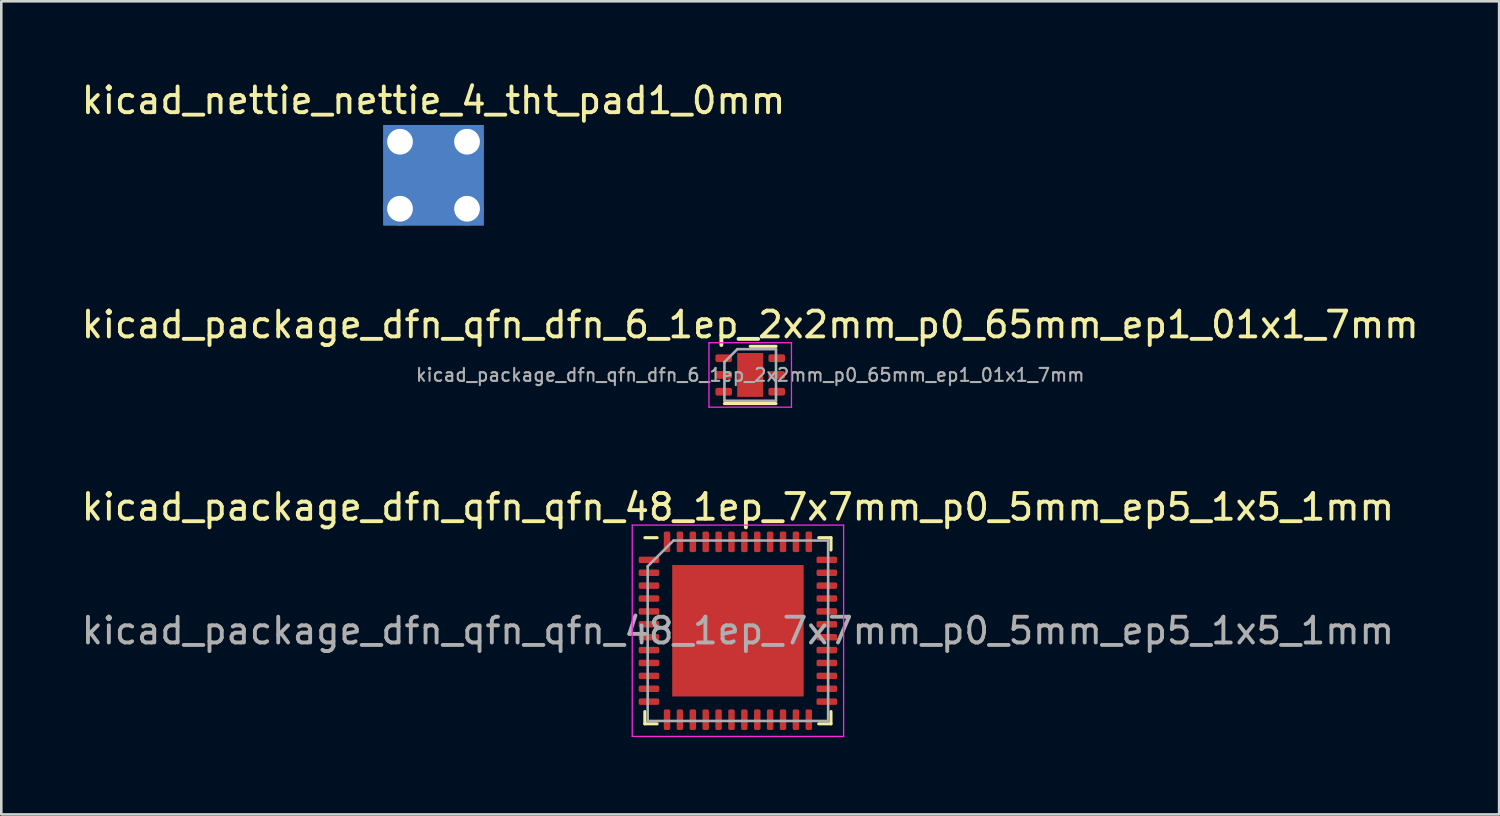
<source format=kicad_pcb>
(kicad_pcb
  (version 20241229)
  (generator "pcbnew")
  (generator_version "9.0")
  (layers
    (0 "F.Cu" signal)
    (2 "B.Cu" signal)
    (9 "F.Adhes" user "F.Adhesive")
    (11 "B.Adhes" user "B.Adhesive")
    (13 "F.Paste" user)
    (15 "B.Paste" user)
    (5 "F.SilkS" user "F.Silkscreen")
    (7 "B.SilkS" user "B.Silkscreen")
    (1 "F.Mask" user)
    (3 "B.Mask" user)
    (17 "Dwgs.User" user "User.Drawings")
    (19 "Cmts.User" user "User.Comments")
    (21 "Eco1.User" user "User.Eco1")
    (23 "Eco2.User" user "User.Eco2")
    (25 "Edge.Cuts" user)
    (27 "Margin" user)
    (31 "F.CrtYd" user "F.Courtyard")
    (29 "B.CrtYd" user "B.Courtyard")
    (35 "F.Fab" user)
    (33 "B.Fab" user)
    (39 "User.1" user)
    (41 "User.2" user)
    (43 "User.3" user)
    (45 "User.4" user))
  (footprint "kicad_nettie_nettie_4_tht_pad1_0mm"
    (layer "F.Cu")
    (at 12.468 2.448)
    (property "Reference" "kicad_nettie_nettie_4_tht_pad1_0mm" (at 1.3 -1.6 0) (layer "F.SilkS") (effects (font (size 1 1) (thickness 0.15))))
    (attr exclude_from_pos_files exclude_from_bom allow_missing_courtyard)
    (fp_poly (pts (xy -0.65 -0.65) (xy 3.25 -0.65) (xy 3.25 3.25) (xy -0.65 3.25)) (stroke (width 0) (type solid)) (fill yes) (layer "F.Cu"))
    (fp_poly (pts (xy -0.65 -0.65) (xy 3.25 -0.65) (xy 3.25 3.25) (xy -0.65 3.25)) (stroke (width 0) (type solid)) (fill yes) (layer "B.Cu"))
    (pad "1" thru_hole circle (at 0 0) (size 1.3 1.3) (drill 1) (layers "*.Cu"))
    (pad "2" thru_hole circle (at 2.6 0) (size 1.3 1.3) (drill 1) (layers "*.Cu"))
    (pad "3" thru_hole circle (at 0 2.6) (size 1.3 1.3) (drill 1) (layers "*.Cu"))
    (pad "4" thru_hole circle (at 2.6 2.6) (size 1.3 1.3) (drill 1) (layers "*.Cu")))
  (footprint "kicad_package_dfn_qfn_dfn_6_1ep_2x2mm_p0_65mm_ep1_01x1_7mm"
    (layer "F.Cu")
    (at 26.054 11.496)
    (property "Reference" "kicad_package_dfn_qfn_dfn_6_1ep_2x2mm_p0_65mm_ep1_01x1_7mm" (at 0 -1.95 0) (layer "F.SilkS") (effects (font (size 1 1) (thickness 0.15))))
    (attr smd)
    (fp_line (start -1 1.11) (end 1 1.11) (stroke (width 0.12) (type solid)) (layer "F.SilkS"))
    (fp_line (start 0 -1.11) (end 1 -1.11) (stroke (width 0.12) (type solid)) (layer "F.SilkS"))
    (fp_line (start -1.6 -1.25) (end -1.6 1.25) (stroke (width 0.05) (type solid)) (layer "F.CrtYd"))
    (fp_line (start -1.6 1.25) (end 1.6 1.25) (stroke (width 0.05) (type solid)) (layer "F.CrtYd"))
    (fp_line (start 1.6 -1.25) (end -1.6 -1.25) (stroke (width 0.05) (type solid)) (layer "F.CrtYd"))
    (fp_line (start 1.6 1.25) (end 1.6 -1.25) (stroke (width 0.05) (type solid)) (layer "F.CrtYd"))
    (fp_line (start -1 -0.5) (end -0.5 -1) (stroke (width 0.1) (type solid)) (layer "F.Fab"))
    (fp_line (start -1 1) (end -1 -0.5) (stroke (width 0.1) (type solid)) (layer "F.Fab"))
    (fp_line (start -0.5 -1) (end 1 -1) (stroke (width 0.1) (type solid)) (layer "F.Fab"))
    (fp_line (start 1 -1) (end 1 1) (stroke (width 0.1) (type solid)) (layer "F.Fab"))
    (fp_line (start 1 1) (end -1 1) (stroke (width 0.1) (type solid)) (layer "F.Fab"))
    (fp_text user "${REFERENCE}" (at 0 0 0) (layer "F.Fab") (effects (font (size 0.5 0.5) (thickness 0.08))))
    (pad "" smd roundrect (at 0 -0.425) (size 0.81 0.69) (layers "F.Paste") (roundrect_rratio 0.25))
    (pad "" smd roundrect (at 0 0.425) (size 0.81 0.69) (layers "F.Paste") (roundrect_rratio 0.25))
    (pad "1" smd roundrect (at -1.028 -0.65) (size 0.645 0.3) (layers "F.Cu" "F.Mask" "F.Paste") (roundrect_rratio 0.25))
    (pad "2" smd roundrect (at -1.028 0) (size 0.645 0.3) (layers "F.Cu" "F.Mask" "F.Paste") (roundrect_rratio 0.25))
    (pad "3" smd roundrect (at -1.028 0.65) (size 0.645 0.3) (layers "F.Cu" "F.Mask" "F.Paste") (roundrect_rratio 0.25))
    (pad "4" smd roundrect (at 1.028 0.65) (size 0.645 0.3) (layers "F.Cu" "F.Mask" "F.Paste") (roundrect_rratio 0.25))
    (pad "5" smd roundrect (at 1.028 0) (size 0.645 0.3) (layers "F.Cu" "F.Mask" "F.Paste") (roundrect_rratio 0.25))
    (pad "6" smd roundrect (at 1.028 -0.65) (size 0.645 0.3) (layers "F.Cu" "F.Mask" "F.Paste") (roundrect_rratio 0.25))
    (pad "7" smd rect (at 0 0) (size 1.01 1.7) (layers "F.Cu" "F.Mask")))
  (footprint "kicad_package_dfn_qfn_qfn_48_1ep_7x7mm_p0_5mm_ep5_1x5_1mm"
    (layer "F.Cu")
    (at 25.577 21.42)
    (property "Reference" "kicad_package_dfn_qfn_qfn_48_1ep_7x7mm_p0_5mm_ep5_1x5_1mm" (at 0 -4.8 0) (layer "F.SilkS") (effects (font (size 1 1) (thickness 0.15))))
    (attr smd)
    (fp_line (start -3.61 3.61) (end -3.61 3.135) (stroke (width 0.12) (type solid)) (layer "F.SilkS"))
    (fp_line (start -3.135 -3.61) (end -3.61 -3.61) (stroke (width 0.12) (type solid)) (layer "F.SilkS"))
    (fp_line (start -3.135 3.61) (end -3.61 3.61) (stroke (width 0.12) (type solid)) (layer "F.SilkS"))
    (fp_line (start 3.135 -3.61) (end 3.61 -3.61) (stroke (width 0.12) (type solid)) (layer "F.SilkS"))
    (fp_line (start 3.135 3.61) (end 3.61 3.61) (stroke (width 0.12) (type solid)) (layer "F.SilkS"))
    (fp_line (start 3.61 -3.61) (end 3.61 -3.135) (stroke (width 0.12) (type solid)) (layer "F.SilkS"))
    (fp_line (start 3.61 3.61) (end 3.61 3.135) (stroke (width 0.12) (type solid)) (layer "F.SilkS"))
    (fp_line (start -4.1 -4.1) (end -4.1 4.1) (stroke (width 0.05) (type solid)) (layer "F.CrtYd"))
    (fp_line (start -4.1 4.1) (end 4.1 4.1) (stroke (width 0.05) (type solid)) (layer "F.CrtYd"))
    (fp_line (start 4.1 -4.1) (end -4.1 -4.1) (stroke (width 0.05) (type solid)) (layer "F.CrtYd"))
    (fp_line (start 4.1 4.1) (end 4.1 -4.1) (stroke (width 0.05) (type solid)) (layer "F.CrtYd"))
    (fp_line (start -3.5 -2.5) (end -2.5 -3.5) (stroke (width 0.1) (type solid)) (layer "F.Fab"))
    (fp_line (start -3.5 3.5) (end -3.5 -2.5) (stroke (width 0.1) (type solid)) (layer "F.Fab"))
    (fp_line (start -2.5 -3.5) (end 3.5 -3.5) (stroke (width 0.1) (type solid)) (layer "F.Fab"))
    (fp_line (start 3.5 -3.5) (end 3.5 3.5) (stroke (width 0.1) (type solid)) (layer "F.Fab"))
    (fp_line (start 3.5 3.5) (end -3.5 3.5) (stroke (width 0.1) (type solid)) (layer "F.Fab"))
    (fp_text user "${REFERENCE}" (at 0 0 0) (layer "F.Fab") (effects (font (size 1 1) (thickness 0.15))))
    (pad "" smd roundrect (at -1.905 -1.905) (size 1.03 1.03) (layers "F.Paste") (roundrect_rratio 0.243))
    (pad "" smd roundrect (at -1.905 -0.635) (size 1.03 1.03) (layers "F.Paste") (roundrect_rratio 0.243))
    (pad "" smd roundrect (at -1.905 0.635) (size 1.03 1.03) (layers "F.Paste") (roundrect_rratio 0.243))
    (pad "" smd roundrect (at -1.905 1.905) (size 1.03 1.03) (layers "F.Paste") (roundrect_rratio 0.243))
    (pad "" smd roundrect (at -0.635 -1.905) (size 1.03 1.03) (layers "F.Paste") (roundrect_rratio 0.243))
    (pad "" smd roundrect (at -0.635 -0.635) (size 1.03 1.03) (layers "F.Paste") (roundrect_rratio 0.243))
    (pad "" smd roundrect (at -0.635 0.635) (size 1.03 1.03) (layers "F.Paste") (roundrect_rratio 0.243))
    (pad "" smd roundrect (at -0.635 1.905) (size 1.03 1.03) (layers "F.Paste") (roundrect_rratio 0.243))
    (pad "" smd roundrect (at 0.635 -1.905) (size 1.03 1.03) (layers "F.Paste") (roundrect_rratio 0.243))
    (pad "" smd roundrect (at 0.635 -0.635) (size 1.03 1.03) (layers "F.Paste") (roundrect_rratio 0.243))
    (pad "" smd roundrect (at 0.635 0.635) (size 1.03 1.03) (layers "F.Paste") (roundrect_rratio 0.243))
    (pad "" smd roundrect (at 0.635 1.905) (size 1.03 1.03) (layers "F.Paste") (roundrect_rratio 0.243))
    (pad "" smd roundrect (at 1.905 -1.905) (size 1.03 1.03) (layers "F.Paste") (roundrect_rratio 0.243))
    (pad "" smd roundrect (at 1.905 -0.635) (size 1.03 1.03) (layers "F.Paste") (roundrect_rratio 0.243))
    (pad "" smd roundrect (at 1.905 0.635) (size 1.03 1.03) (layers "F.Paste") (roundrect_rratio 0.243))
    (pad "" smd roundrect (at 1.905 1.905) (size 1.03 1.03) (layers "F.Paste") (roundrect_rratio 0.243))
    (pad "1" smd roundrect (at -3.45 -2.75) (size 0.8 0.25) (layers "F.Cu" "F.Mask" "F.Paste") (roundrect_rratio 0.25))
    (pad "2" smd roundrect (at -3.45 -2.25) (size 0.8 0.25) (layers "F.Cu" "F.Mask" "F.Paste") (roundrect_rratio 0.25))
    (pad "3" smd roundrect (at -3.45 -1.75) (size 0.8 0.25) (layers "F.Cu" "F.Mask" "F.Paste") (roundrect_rratio 0.25))
    (pad "4" smd roundrect (at -3.45 -1.25) (size 0.8 0.25) (layers "F.Cu" "F.Mask" "F.Paste") (roundrect_rratio 0.25))
    (pad "5" smd roundrect (at -3.45 -0.75) (size 0.8 0.25) (layers "F.Cu" "F.Mask" "F.Paste") (roundrect_rratio 0.25))
    (pad "6" smd roundrect (at -3.45 -0.25) (size 0.8 0.25) (layers "F.Cu" "F.Mask" "F.Paste") (roundrect_rratio 0.25))
    (pad "7" smd roundrect (at -3.45 0.25) (size 0.8 0.25) (layers "F.Cu" "F.Mask" "F.Paste") (roundrect_rratio 0.25))
    (pad "8" smd roundrect (at -3.45 0.75) (size 0.8 0.25) (layers "F.Cu" "F.Mask" "F.Paste") (roundrect_rratio 0.25))
    (pad "9" smd roundrect (at -3.45 1.25) (size 0.8 0.25) (layers "F.Cu" "F.Mask" "F.Paste") (roundrect_rratio 0.25))
    (pad "10" smd roundrect (at -3.45 1.75) (size 0.8 0.25) (layers "F.Cu" "F.Mask" "F.Paste") (roundrect_rratio 0.25))
    (pad "11" smd roundrect (at -3.45 2.25) (size 0.8 0.25) (layers "F.Cu" "F.Mask" "F.Paste") (roundrect_rratio 0.25))
    (pad "12" smd roundrect (at -3.45 2.75) (size 0.8 0.25) (layers "F.Cu" "F.Mask" "F.Paste") (roundrect_rratio 0.25))
    (pad "13" smd roundrect (at -2.75 3.45) (size 0.25 0.8) (layers "F.Cu" "F.Mask" "F.Paste") (roundrect_rratio 0.25))
    (pad "14" smd roundrect (at -2.25 3.45) (size 0.25 0.8) (layers "F.Cu" "F.Mask" "F.Paste") (roundrect_rratio 0.25))
    (pad "15" smd roundrect (at -1.75 3.45) (size 0.25 0.8) (layers "F.Cu" "F.Mask" "F.Paste") (roundrect_rratio 0.25))
    (pad "16" smd roundrect (at -1.25 3.45) (size 0.25 0.8) (layers "F.Cu" "F.Mask" "F.Paste") (roundrect_rratio 0.25))
    (pad "17" smd roundrect (at -0.75 3.45) (size 0.25 0.8) (layers "F.Cu" "F.Mask" "F.Paste") (roundrect_rratio 0.25))
    (pad "18" smd roundrect (at -0.25 3.45) (size 0.25 0.8) (layers "F.Cu" "F.Mask" "F.Paste") (roundrect_rratio 0.25))
    (pad "19" smd roundrect (at 0.25 3.45) (size 0.25 0.8) (layers "F.Cu" "F.Mask" "F.Paste") (roundrect_rratio 0.25))
    (pad "20" smd roundrect (at 0.75 3.45) (size 0.25 0.8) (layers "F.Cu" "F.Mask" "F.Paste") (roundrect_rratio 0.25))
    (pad "21" smd roundrect (at 1.25 3.45) (size 0.25 0.8) (layers "F.Cu" "F.Mask" "F.Paste") (roundrect_rratio 0.25))
    (pad "22" smd roundrect (at 1.75 3.45) (size 0.25 0.8) (layers "F.Cu" "F.Mask" "F.Paste") (roundrect_rratio 0.25))
    (pad "23" smd roundrect (at 2.25 3.45) (size 0.25 0.8) (layers "F.Cu" "F.Mask" "F.Paste") (roundrect_rratio 0.25))
    (pad "24" smd roundrect (at 2.75 3.45) (size 0.25 0.8) (layers "F.Cu" "F.Mask" "F.Paste") (roundrect_rratio 0.25))
    (pad "25" smd roundrect (at 3.45 2.75) (size 0.8 0.25) (layers "F.Cu" "F.Mask" "F.Paste") (roundrect_rratio 0.25))
    (pad "26" smd roundrect (at 3.45 2.25) (size 0.8 0.25) (layers "F.Cu" "F.Mask" "F.Paste") (roundrect_rratio 0.25))
    (pad "27" smd roundrect (at 3.45 1.75) (size 0.8 0.25) (layers "F.Cu" "F.Mask" "F.Paste") (roundrect_rratio 0.25))
    (pad "28" smd roundrect (at 3.45 1.25) (size 0.8 0.25) (layers "F.Cu" "F.Mask" "F.Paste") (roundrect_rratio 0.25))
    (pad "29" smd roundrect (at 3.45 0.75) (size 0.8 0.25) (layers "F.Cu" "F.Mask" "F.Paste") (roundrect_rratio 0.25))
    (pad "30" smd roundrect (at 3.45 0.25) (size 0.8 0.25) (layers "F.Cu" "F.Mask" "F.Paste") (roundrect_rratio 0.25))
    (pad "31" smd roundrect (at 3.45 -0.25) (size 0.8 0.25) (layers "F.Cu" "F.Mask" "F.Paste") (roundrect_rratio 0.25))
    (pad "32" smd roundrect (at 3.45 -0.75) (size 0.8 0.25) (layers "F.Cu" "F.Mask" "F.Paste") (roundrect_rratio 0.25))
    (pad "33" smd roundrect (at 3.45 -1.25) (size 0.8 0.25) (layers "F.Cu" "F.Mask" "F.Paste") (roundrect_rratio 0.25))
    (pad "34" smd roundrect (at 3.45 -1.75) (size 0.8 0.25) (layers "F.Cu" "F.Mask" "F.Paste") (roundrect_rratio 0.25))
    (pad "35" smd roundrect (at 3.45 -2.25) (size 0.8 0.25) (layers "F.Cu" "F.Mask" "F.Paste") (roundrect_rratio 0.25))
    (pad "36" smd roundrect (at 3.45 -2.75) (size 0.8 0.25) (layers "F.Cu" "F.Mask" "F.Paste") (roundrect_rratio 0.25))
    (pad "37" smd roundrect (at 2.75 -3.45) (size 0.25 0.8) (layers "F.Cu" "F.Mask" "F.Paste") (roundrect_rratio 0.25))
    (pad "38" smd roundrect (at 2.25 -3.45) (size 0.25 0.8) (layers "F.Cu" "F.Mask" "F.Paste") (roundrect_rratio 0.25))
    (pad "39" smd roundrect (at 1.75 -3.45) (size 0.25 0.8) (layers "F.Cu" "F.Mask" "F.Paste") (roundrect_rratio 0.25))
    (pad "40" smd roundrect (at 1.25 -3.45) (size 0.25 0.8) (layers "F.Cu" "F.Mask" "F.Paste") (roundrect_rratio 0.25))
    (pad "41" smd roundrect (at 0.75 -3.45) (size 0.25 0.8) (layers "F.Cu" "F.Mask" "F.Paste") (roundrect_rratio 0.25))
    (pad "42" smd roundrect (at 0.25 -3.45) (size 0.25 0.8) (layers "F.Cu" "F.Mask" "F.Paste") (roundrect_rratio 0.25))
    (pad "43" smd roundrect (at -0.25 -3.45) (size 0.25 0.8) (layers "F.Cu" "F.Mask" "F.Paste") (roundrect_rratio 0.25))
    (pad "44" smd roundrect (at -0.75 -3.45) (size 0.25 0.8) (layers "F.Cu" "F.Mask" "F.Paste") (roundrect_rratio 0.25))
    (pad "45" smd roundrect (at -1.25 -3.45) (size 0.25 0.8) (layers "F.Cu" "F.Mask" "F.Paste") (roundrect_rratio 0.25))
    (pad "46" smd roundrect (at -1.75 -3.45) (size 0.25 0.8) (layers "F.Cu" "F.Mask" "F.Paste") (roundrect_rratio 0.25))
    (pad "47" smd roundrect (at -2.25 -3.45) (size 0.25 0.8) (layers "F.Cu" "F.Mask" "F.Paste") (roundrect_rratio 0.25))
    (pad "48" smd roundrect (at -2.75 -3.45) (size 0.25 0.8) (layers "F.Cu" "F.Mask" "F.Paste") (roundrect_rratio 0.25))
    (pad "49" smd rect (at 0 0) (size 5.1 5.1) (layers "F.Cu" "F.Mask")))
  (gr_rect
    (start -3 -3)
    (end 55.107 28.545)
    (stroke (width 0.1) (type default))
    (fill no)
    (layer "Edge.Cuts")))
</source>
